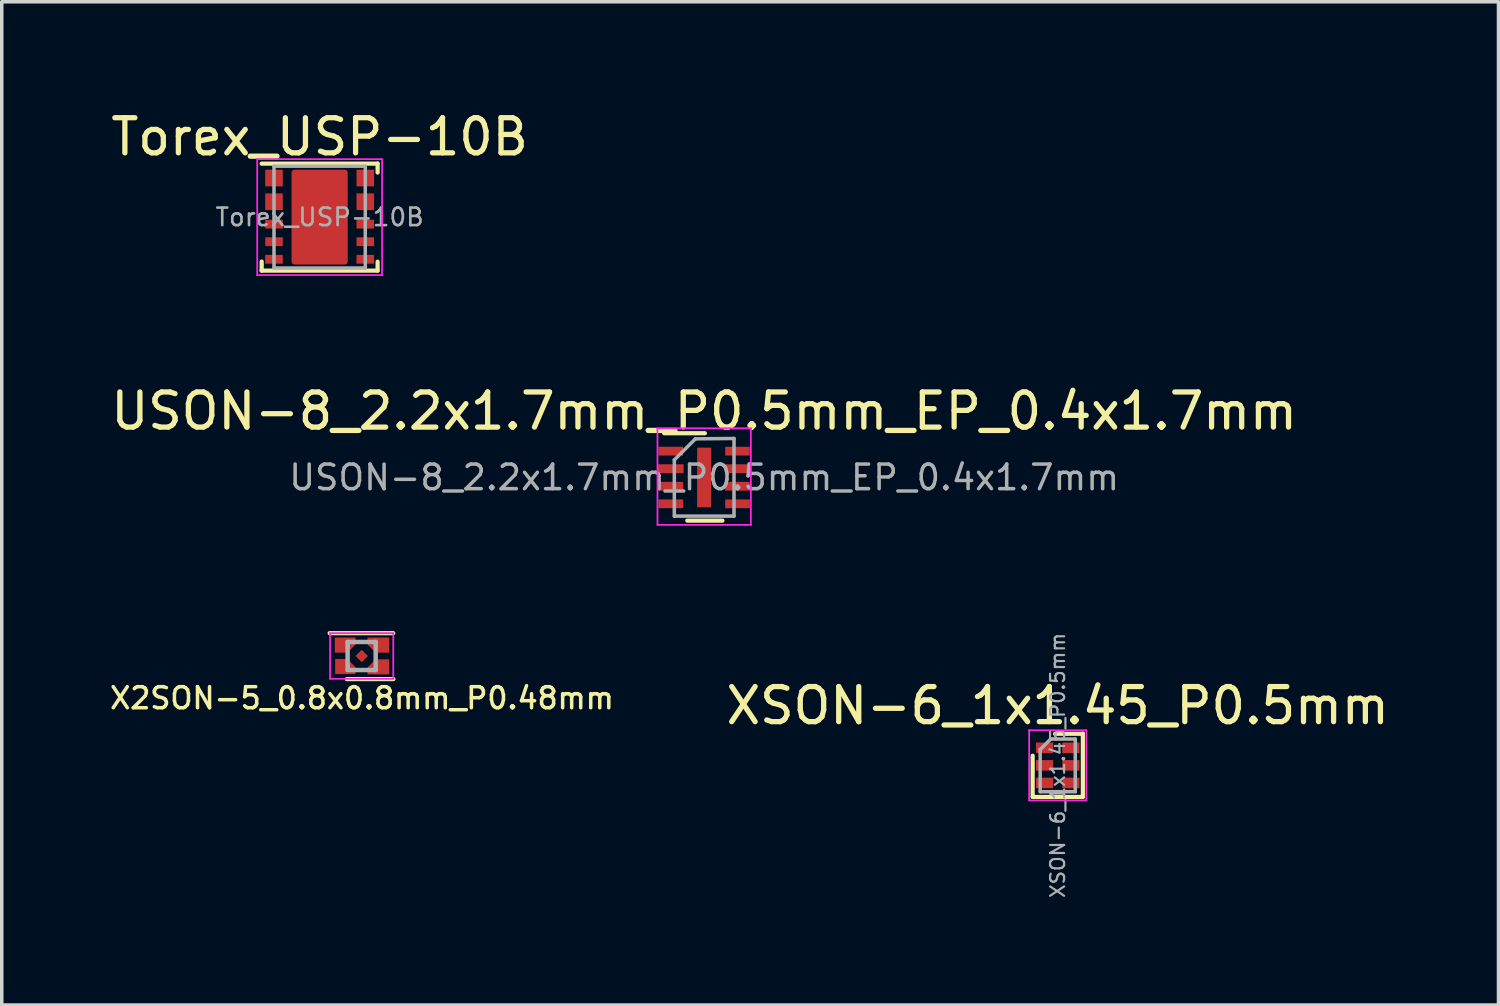
<source format=kicad_pcb>
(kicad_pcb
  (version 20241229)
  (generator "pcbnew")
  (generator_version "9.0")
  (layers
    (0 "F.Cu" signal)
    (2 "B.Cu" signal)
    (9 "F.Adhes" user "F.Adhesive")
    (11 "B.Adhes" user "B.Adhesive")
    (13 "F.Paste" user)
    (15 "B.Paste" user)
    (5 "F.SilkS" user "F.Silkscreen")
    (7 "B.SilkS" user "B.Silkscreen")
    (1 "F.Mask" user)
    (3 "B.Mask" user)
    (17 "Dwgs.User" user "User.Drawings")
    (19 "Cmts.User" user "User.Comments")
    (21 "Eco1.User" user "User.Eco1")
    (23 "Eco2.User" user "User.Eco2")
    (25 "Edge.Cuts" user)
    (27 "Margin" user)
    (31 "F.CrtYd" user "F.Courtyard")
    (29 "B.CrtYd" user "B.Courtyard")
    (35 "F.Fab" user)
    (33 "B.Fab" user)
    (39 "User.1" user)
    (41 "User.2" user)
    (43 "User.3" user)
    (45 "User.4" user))
  (footprint "USON-8_2.2x1.7mm_P0.5mm_EP_0.4x1.7mm"
    (layer "F.Cu")
    (at 17.006 10.549)
    (property "Reference" "USON-8_2.2x1.7mm_P0.5mm_EP_0.4x1.7mm" (at 0 -1.89 0) (layer "F.SilkS") (effects (font (size 1 1) (thickness 0.15))))
    (attr smd)
    (fp_line (start -1.14 -1.26) (end 0.02 -1.26) (stroke (width 0.12) (type solid)) (layer "F.SilkS"))
    (fp_line (start 0.52 1.23) (end -0.48 1.23) (stroke (width 0.12) (type solid)) (layer "F.SilkS"))
    (fp_line (start -1.33 -1.4) (end -1.33 1.35) (stroke (width 0.05) (type solid)) (layer "F.CrtYd"))
    (fp_line (start -1.33 -1.4) (end 1.33 -1.4) (stroke (width 0.05) (type solid)) (layer "F.CrtYd"))
    (fp_line (start -1.33 1.35) (end 1.33 1.35) (stroke (width 0.05) (type solid)) (layer "F.CrtYd"))
    (fp_line (start 1.33 -1.4) (end 1.33 1.35) (stroke (width 0.05) (type solid)) (layer "F.CrtYd"))
    (fp_line (start -0.85 1.1) (end -0.85 -0.5) (stroke (width 0.1) (type solid)) (layer "F.Fab"))
    (fp_line (start -0.25 -1.1) (end -0.85 -0.5) (stroke (width 0.1) (type solid)) (layer "F.Fab"))
    (fp_line (start -0.25 -1.1) (end 0.85 -1.11) (stroke (width 0.1) (type solid)) (layer "F.Fab"))
    (fp_line (start 0.85 -1.11) (end 0.85 1.1) (stroke (width 0.1) (type solid)) (layer "F.Fab"))
    (fp_line (start 0.85 1.1) (end -0.85 1.1) (stroke (width 0.1) (type solid)) (layer "F.Fab"))
    (fp_text user "${REFERENCE}" (at 0 0 0) (layer "F.Fab") (effects (font (size 0.7 0.7) (thickness 0.1))))
    (pad "" smd rect (at 0 -0.42) (size 0.35 0.8) (layers "F.Paste"))
    (pad "" smd rect (at 0 0.42) (size 0.35 0.8) (layers "F.Paste"))
    (pad "1" smd rect (at -0.95 -0.75) (size 0.7 0.25) (layers "F.Cu" "F.Mask" "F.Paste"))
    (pad "2" smd rect (at -0.95 -0.25) (size 0.73 0.25) (layers "F.Cu" "F.Mask" "F.Paste"))
    (pad "3" smd rect (at -0.95 0.25) (size 0.7 0.25) (layers "F.Cu" "F.Mask" "F.Paste"))
    (pad "4" smd rect (at -0.95 0.75) (size 0.7 0.25) (layers "F.Cu" "F.Mask" "F.Paste"))
    (pad "5" smd rect (at 0.95 0.75) (size 0.7 0.25) (layers "F.Cu" "F.Mask" "F.Paste"))
    (pad "6" smd rect (at 0.95 0.25) (size 0.7 0.25) (layers "F.Cu" "F.Mask" "F.Paste"))
    (pad "7" smd rect (at 0.95 -0.25) (size 0.7 0.25) (layers "F.Cu" "F.Mask" "F.Paste"))
    (pad "8" smd rect (at 0.95 -0.75) (size 0.7 0.25) (layers "F.Cu" "F.Mask" "F.Paste"))
    (pad "9" smd rect (at 0 0) (size 0.4 1.7) (layers "F.Cu" "F.Mask")))
  (footprint "X2SON-5_0.8x0.8mm_P0.48mm"
    (layer "F.Cu")
    (at 7.251 15.634)
    (property "Reference" "X2SON-5_0.8x0.8mm_P0.48mm" (at 0.01 1.201 0) (layer "F.SilkS") (effects (font (size 0.6 0.6) (thickness 0.1))))
    (attr through_hole)
    (fp_line (start -0.912 -0.65) (end 0.899 -0.65) (stroke (width 0.12) (type solid)) (layer "F.SilkS"))
    (fp_line (start -0.424 0.658) (end 0.904 0.658) (stroke (width 0.12) (type solid)) (layer "F.SilkS"))
    (fp_line (start -0.9 -0.65) (end -0.9 0.65) (stroke (width 0.05) (type solid)) (layer "F.CrtYd"))
    (fp_line (start -0.9 -0.65) (end 0.9 -0.65) (stroke (width 0.05) (type solid)) (layer "F.CrtYd"))
    (fp_line (start -0.9 0.65) (end 0.9 0.65) (stroke (width 0.05) (type solid)) (layer "F.CrtYd"))
    (fp_line (start 0.9 -0.65) (end 0.9 0.65) (stroke (width 0.05) (type solid)) (layer "F.CrtYd"))
    (fp_line (start -0.4 -0.4) (end -0.4 0.4) (stroke (width 0.127) (type solid)) (layer "F.Fab"))
    (fp_line (start -0.4 -0.4) (end 0.4 -0.4) (stroke (width 0.127) (type solid)) (layer "F.Fab"))
    (fp_line (start -0.4 0.4) (end 0.4 0.4) (stroke (width 0.127) (type solid)) (layer "F.Fab"))
    (fp_line (start 0.4 -0.4) (end 0.4 0.4) (stroke (width 0.127) (type solid)) (layer "F.Fab"))
    (pad "1" smd custom (at -0.36 -0.35) (size 0.2 0.2) (layers "F.Cu" "F.Mask" "F.Paste") (options (anchor rect)) (primitives (gr_poly (pts (xy -0.4 0.25) (xy -0.4 -0.17) (xy -0.05 -0.17) (xy -0.049 -0.139) (xy -0.099 -0.128) (xy -0.099 -0.13) (xy -0.098 -0.133) (xy -0.098 -0.135) (xy -0.097 -0.138) (xy -0.096 -0.14) (xy -0.095 -0.143) (xy -0.093 -0.145) (xy -0.092 -0.147) (xy -0.09 -0.149) (xy -0.089 -0.151) (xy -0.087 -0.153) (xy -0.085 -0.155) (xy -0.083 -0.157) (xy -0.081 -0.159) (xy -0.079 -0.16) (xy -0.077 -0.162) (xy -0.075 -0.163) (xy -0.073 -0.165) (xy -0.07 -0.166) (xy -0.068 -0.167) (xy -0.065 -0.168) (xy -0.063 -0.168) (xy -0.06 -0.169) (xy -0.058 -0.169) (xy -0.055 -0.17) (xy -0.053 -0.17) (xy -0.05 -0.17) (xy 0.07 -0.17) (xy 0.073 -0.17) (xy 0.075 -0.17) (xy 0.078 -0.169) (xy 0.08 -0.169) (xy 0.083 -0.168) (xy 0.085 -0.168) (xy 0.088 -0.167) (xy 0.09 -0.166) (xy 0.093 -0.165) (xy 0.062 -0.163) (xy 0.078 -0.17) (xy 0.12 -0.17) (xy 0.101 -0.159) (xy 0.1 -0.17) (xy 0.121 -0.155) (xy 0.107 -0.153) (xy 0.109 -0.151) (xy 0.11 -0.149) (xy 0.112 -0.147) (xy 0.113 -0.145) (xy 0.115 -0.143) (xy 0.15 -0.17) (xy 0.138 -0.114) (xy 0.118 -0.135) (xy 0.118 -0.133) (xy 0.119 -0.13) (xy 0.119 -0.128) (xy 0.12 -0.125) (xy 0.12 -0.17) (xy 0.18 -0.17) (xy 0.18 0.02) (xy -0.05 0.25) (xy -0.1 0.25)) (width 0.01) (fill yes))))
    (pad "2" smd custom (at -0.36 0.37) (size 0.2 0.2) (layers "F.Cu" "F.Mask" "F.Paste") (options (anchor rect)) (primitives (gr_poly (pts (xy -0.39 -0.28) (xy -0.39 0.14) (xy -0.05 0.14) (xy -0.049 0.109) (xy -0.099 0.098) (xy -0.099 0.1) (xy -0.098 0.103) (xy -0.098 0.105) (xy -0.097 0.108) (xy -0.096 0.11) (xy -0.095 0.113) (xy -0.093 0.115) (xy -0.092 0.117) (xy -0.09 0.119) (xy -0.089 0.121) (xy -0.087 0.123) (xy -0.085 0.125) (xy -0.083 0.127) (xy -0.081 0.129) (xy -0.079 0.13) (xy -0.077 0.132) (xy -0.075 0.133) (xy -0.073 0.135) (xy -0.07 0.136) (xy -0.068 0.137) (xy -0.065 0.138) (xy -0.063 0.138) (xy -0.06 0.139) (xy -0.058 0.139) (xy -0.055 0.14) (xy -0.053 0.14) (xy -0.05 0.14) (xy 0.07 0.14) (xy 0.073 0.14) (xy 0.075 0.14) (xy 0.078 0.139) (xy 0.08 0.139) (xy 0.083 0.138) (xy 0.085 0.138) (xy 0.088 0.137) (xy 0.09 0.136) (xy 0.093 0.135) (xy 0.062 0.133) (xy 0.078 0.14) (xy 0.12 0.14) (xy 0.101 0.129) (xy 0.1 0.14) (xy 0.121 0.125) (xy 0.107 0.123) (xy 0.109 0.121) (xy 0.11 0.119) (xy 0.112 0.117) (xy 0.113 0.115) (xy 0.115 0.113) (xy 0.15 0.14) (xy 0.138 0.084) (xy 0.118 0.105) (xy 0.118 0.103) (xy 0.119 0.1) (xy 0.119 0.098) (xy 0.12 0.095) (xy 0.12 0.14) (xy 0.18 0.14) (xy 0.18 -0.05) (xy -0.05 -0.28) (xy -0.1 -0.28)) (width 0.01) (fill yes))))
    (pad "3" smd rect (at 0 0 45) (size 0.25 0.25) (layers "F.Cu" "F.Mask" "F.Paste"))
    (pad "4" smd custom (at 0.36 0.35) (size 0.2 0.2) (layers "F.Cu" "F.Mask" "F.Paste") (options (anchor rect)) (primitives (gr_poly (pts (xy 0.42 -0.25) (xy 0.42 0.17) (xy 0.04 0.17) (xy 0.039 0.139) (xy 0.089 0.128) (xy 0.089 0.13) (xy 0.088 0.133) (xy 0.088 0.135) (xy 0.087 0.138) (xy 0.086 0.14) (xy 0.085 0.143) (xy 0.083 0.145) (xy 0.082 0.147) (xy 0.08 0.149) (xy 0.079 0.151) (xy 0.077 0.153) (xy 0.075 0.155) (xy 0.073 0.157) (xy 0.071 0.159) (xy 0.069 0.16) (xy 0.067 0.162) (xy 0.065 0.163) (xy 0.063 0.165) (xy 0.06 0.166) (xy 0.058 0.167) (xy 0.055 0.168) (xy 0.053 0.168) (xy 0.05 0.169) (xy 0.048 0.169) (xy 0.045 0.17) (xy 0.043 0.17) (xy 0.04 0.17) (xy -0.08 0.17) (xy -0.083 0.17) (xy -0.085 0.17) (xy -0.088 0.169) (xy -0.09 0.169) (xy -0.093 0.168) (xy -0.095 0.168) (xy -0.098 0.167) (xy -0.1 0.166) (xy -0.103 0.165) (xy -0.072 0.163) (xy -0.088 0.17) (xy -0.13 0.17) (xy -0.111 0.159) (xy -0.11 0.17) (xy -0.131 0.155) (xy -0.117 0.153) (xy -0.119 0.151) (xy -0.12 0.149) (xy -0.122 0.147) (xy -0.123 0.145) (xy -0.125 0.143) (xy -0.16 0.17) (xy -0.148 0.114) (xy -0.128 0.135) (xy -0.128 0.133) (xy -0.129 0.13) (xy -0.129 0.128) (xy -0.13 0.125) (xy -0.13 0.17) (xy -0.19 0.17) (xy -0.19 -0.02) (xy 0.04 -0.25) (xy 0.09 -0.25)) (width 0.01) (fill yes))))
    (pad "5" smd custom (at 0.33 -0.38) (size 0.2 0.22) (layers "F.Cu" "F.Mask" "F.Paste") (options (anchor rect)) (primitives (gr_poly (pts (xy 0.45 0.28) (xy 0.45 -0.14) (xy 0.07 -0.14) (xy 0.069 -0.109) (xy 0.119 -0.098) (xy 0.119 -0.1) (xy 0.118 -0.103) (xy 0.118 -0.105) (xy 0.117 -0.108) (xy 0.116 -0.11) (xy 0.115 -0.113) (xy 0.113 -0.115) (xy 0.112 -0.117) (xy 0.11 -0.119) (xy 0.109 -0.121) (xy 0.107 -0.123) (xy 0.105 -0.125) (xy 0.103 -0.127) (xy 0.101 -0.129) (xy 0.099 -0.13) (xy 0.097 -0.132) (xy 0.095 -0.133) (xy 0.093 -0.135) (xy 0.09 -0.136) (xy 0.088 -0.137) (xy 0.085 -0.138) (xy 0.083 -0.138) (xy 0.08 -0.139) (xy 0.078 -0.139) (xy 0.075 -0.14) (xy 0.073 -0.14) (xy 0.07 -0.14) (xy -0.05 -0.14) (xy -0.053 -0.14) (xy -0.055 -0.14) (xy -0.058 -0.139) (xy -0.06 -0.139) (xy -0.063 -0.138) (xy -0.065 -0.138) (xy -0.068 -0.137) (xy -0.07 -0.136) (xy -0.073 -0.135) (xy -0.042 -0.133) (xy -0.058 -0.14) (xy -0.1 -0.14) (xy -0.081 -0.129) (xy -0.08 -0.14) (xy -0.101 -0.125) (xy -0.087 -0.123) (xy -0.089 -0.121) (xy -0.09 -0.119) (xy -0.092 -0.117) (xy -0.093 -0.115) (xy -0.095 -0.113) (xy -0.13 -0.14) (xy -0.118 -0.084) (xy -0.098 -0.105) (xy -0.098 -0.103) (xy -0.099 -0.1) (xy -0.099 -0.098) (xy -0.1 -0.095) (xy -0.1 -0.14) (xy -0.16 -0.14) (xy -0.16 0.05) (xy 0.07 0.28) (xy 0.12 0.28)) (width 0.01) (fill yes)))))
  (footprint "XSON-6_1x1.45_P0.5mm"
    (layer "F.Cu")
    (at 27.076 18.749)
    (property "Reference" "XSON-6_1x1.45_P0.5mm" (at 0 -1.7 180) (layer "F.SilkS") (effects (font (size 1 1) (thickness 0.15))))
    (attr smd)
    (fp_line (start -0.714 -0.274) (end -0.714 0.897) (stroke (width 0.12) (type solid)) (layer "F.SilkS"))
    (fp_line (start -0.711 0.9) (end 0.716 0.9) (stroke (width 0.12) (type solid)) (layer "F.SilkS"))
    (fp_line (start 0.716 0.899) (end 0.716 -0.903) (stroke (width 0.12) (type solid)) (layer "F.SilkS"))
    (fp_line (start 0.719 -0.9) (end -0.076 -0.9) (stroke (width 0.12) (type solid)) (layer "F.SilkS"))
    (fp_line (start -0.814 -1.003) (end -0.814 0.997) (stroke (width 0.05) (type solid)) (layer "F.CrtYd"))
    (fp_line (start -0.813 -1) (end 0.813 -1) (stroke (width 0.05) (type solid)) (layer "F.CrtYd"))
    (fp_line (start 0.815 1) (end -0.813 1) (stroke (width 0.05) (type solid)) (layer "F.CrtYd"))
    (fp_line (start 0.816 0.997) (end 0.816 -1.003) (stroke (width 0.05) (type solid)) (layer "F.CrtYd"))
    (fp_line (start -0.5 -0.45) (end -0.5 0.75) (stroke (width 0.1) (type solid)) (layer "F.Fab"))
    (fp_line (start -0.5 0.75) (end 0.5 0.75) (stroke (width 0.1) (type solid)) (layer "F.Fab"))
    (fp_line (start -0.2 -0.75) (end -0.5 -0.45) (stroke (width 0.1) (type solid)) (layer "F.Fab"))
    (fp_line (start 0.5 -0.75) (end -0.2 -0.75) (stroke (width 0.1) (type solid)) (layer "F.Fab"))
    (fp_line (start 0.5 0.75) (end 0.5 -0.75) (stroke (width 0.1) (type solid)) (layer "F.Fab"))
    (fp_text user "${REFERENCE}" (at 0 0 90) (layer "F.Fab") (effects (font (size 0.4 0.4) (thickness 0.062))))
    (pad "1" smd rect (at -0.375 -0.5) (size 0.49 0.3) (layers "F.Cu" "F.Mask" "F.Paste"))
    (pad "2" smd rect (at -0.375 0) (size 0.49 0.3) (layers "F.Cu" "F.Mask" "F.Paste"))
    (pad "3" smd rect (at -0.375 0.5) (size 0.49 0.3) (layers "F.Cu" "F.Mask" "F.Paste"))
    (pad "4" smd rect (at 0.375 0.5) (size 0.49 0.3) (layers "F.Cu" "F.Mask" "F.Paste"))
    (pad "5" smd rect (at 0.375 0) (size 0.49 0.3) (layers "F.Cu" "F.Mask" "F.Paste"))
    (pad "6" smd rect (at 0.375 -0.5) (size 0.49 0.3) (layers "F.Cu" "F.Mask" "F.Paste")))
  (footprint "Torex_USP-10B"
    (layer "F.Cu")
    (at 6.054 3.134)
    (property "Reference" "Torex_USP-10B" (at 0 -2.286 0) (layer "F.SilkS") (effects (font (size 1 1) (thickness 0.15))))
    (attr smd)
    (fp_line (start -1.651 -1.524) (end 1.651 -1.524) (stroke (width 0.12) (type solid)) (layer "F.SilkS"))
    (fp_line (start -1.651 1.265) (end -1.651 1.524) (stroke (width 0.12) (type solid)) (layer "F.SilkS"))
    (fp_line (start -1.651 1.524) (end 1.651 1.524) (stroke (width 0.12) (type solid)) (layer "F.SilkS"))
    (fp_line (start 1.651 -1.524) (end 1.651 -1.27) (stroke (width 0.12) (type solid)) (layer "F.SilkS"))
    (fp_line (start 1.651 1.27) (end 1.651 1.524) (stroke (width 0.12) (type solid)) (layer "F.SilkS"))
    (fp_line (start -1.778 -1.651) (end -1.778 1.651) (stroke (width 0.05) (type solid)) (layer "F.CrtYd"))
    (fp_line (start -1.778 -1.651) (end 1.778 -1.651) (stroke (width 0.05) (type solid)) (layer "F.CrtYd"))
    (fp_line (start -1.778 1.651) (end 1.778 1.651) (stroke (width 0.05) (type solid)) (layer "F.CrtYd"))
    (fp_line (start 1.778 -1.651) (end 1.778 1.651) (stroke (width 0.05) (type solid)) (layer "F.CrtYd"))
    (fp_line (start -1.3 -1.45) (end -1.3 1.45) (stroke (width 0.1) (type solid)) (layer "F.Fab"))
    (fp_line (start -1.3 -1.45) (end 1.3 -1.45) (stroke (width 0.1) (type solid)) (layer "F.Fab"))
    (fp_line (start -1.3 1.45) (end 1.3 1.45) (stroke (width 0.1) (type solid)) (layer "F.Fab"))
    (fp_line (start 1.3 -1.45) (end 1.3 1.45) (stroke (width 0.1) (type solid)) (layer "F.Fab"))
    (fp_text user "${REFERENCE}" (at 0 0 0) (layer "F.Fab") (effects (font (size 0.5 0.5) (thickness 0.075))))
    (pad "" smd roundrect (at 0 -0.8) (size 1.4 0.5) (layers "F.Paste") (roundrect_rratio 0.058))
    (pad "" smd roundrect (at 0 0.8) (size 1.4 0.5) (layers "F.Paste") (roundrect_rratio 0.058))
    (pad "1" smd rect (at -1.3 -1.113) (size 0.5 0.475) (layers "F.Cu" "F.Mask" "F.Paste"))
    (pad "2" smd rect (at -1.3 -0.438) (size 0.5 0.475) (layers "F.Cu" "F.Mask" "F.Paste"))
    (pad "3" smd rect (at -1.3 0.2) (size 0.5 0.25) (layers "F.Cu" "F.Mask" "F.Paste"))
    (pad "4" smd rect (at -1.3 0.7) (size 0.5 0.25) (layers "F.Cu" "F.Mask" "F.Paste"))
    (pad "5" smd rect (at -1.3 1.2) (size 0.5 0.25) (layers "F.Cu" "F.Mask" "F.Paste"))
    (pad "6" smd rect (at 1.3 1.2) (size 0.5 0.25) (layers "F.Cu" "F.Mask" "F.Paste"))
    (pad "7" smd rect (at 1.3 0.7) (size 0.5 0.25) (layers "F.Cu" "F.Mask" "F.Paste"))
    (pad "8" smd rect (at 1.3 0.2) (size 0.5 0.25) (layers "F.Cu" "F.Mask" "F.Paste"))
    (pad "9" smd rect (at 1.3 -0.438) (size 0.5 0.475) (layers "F.Cu" "F.Mask" "F.Paste"))
    (pad "10" smd rect (at 1.3 -1.113) (size 0.5 0.475) (layers "F.Cu" "F.Mask" "F.Paste"))
    (pad "11" smd roundrect (at 0 0) (size 1.6 2.7) (layers "F.Cu" "F.Mask") (roundrect_rratio 0.053)))
  (gr_rect
    (start -3 -3)
    (end 39.63 25.574)
    (stroke (width 0.1) (type default))
    (fill no)
    (layer "Edge.Cuts")))
</source>
